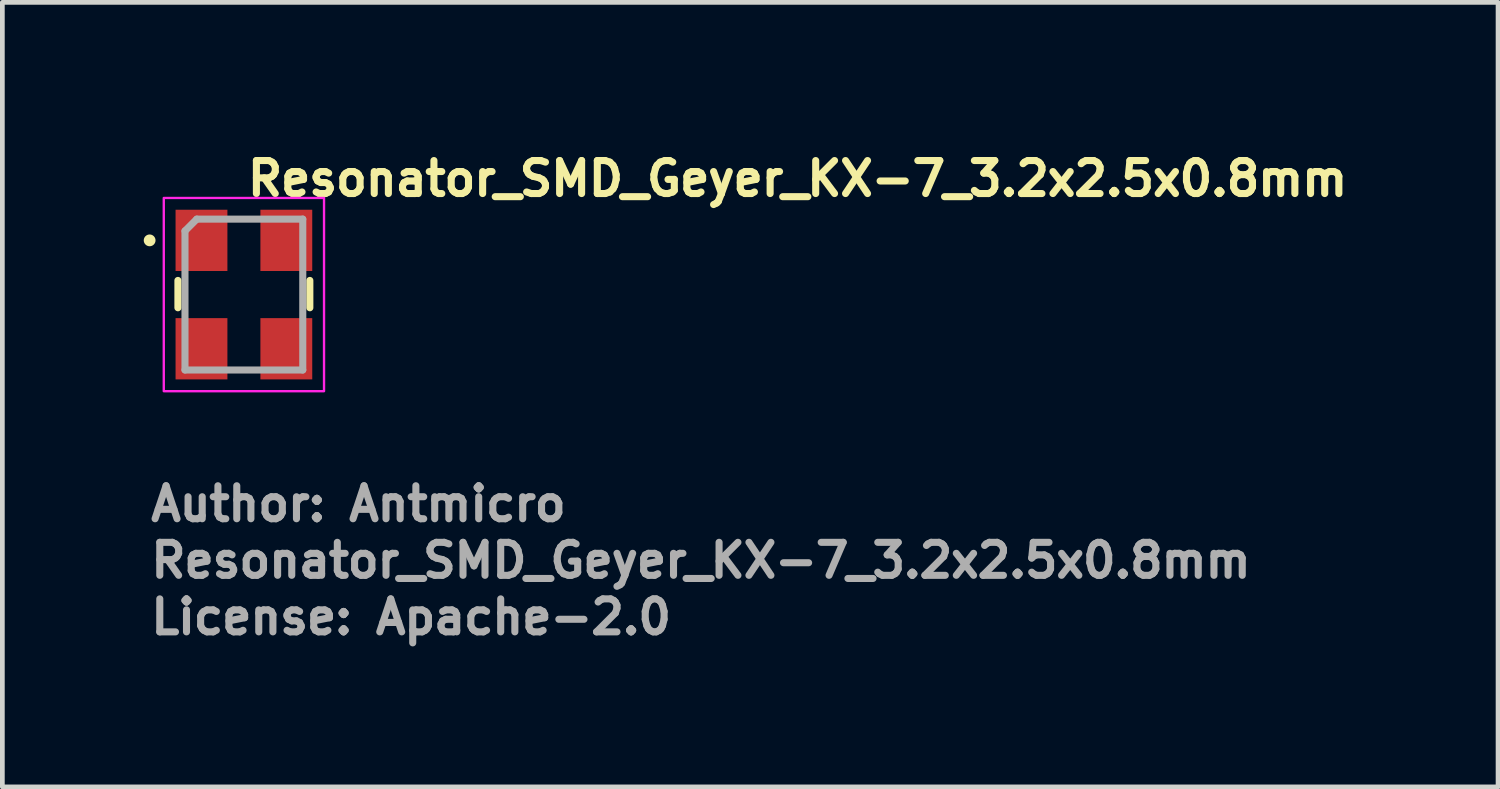
<source format=kicad_pcb>
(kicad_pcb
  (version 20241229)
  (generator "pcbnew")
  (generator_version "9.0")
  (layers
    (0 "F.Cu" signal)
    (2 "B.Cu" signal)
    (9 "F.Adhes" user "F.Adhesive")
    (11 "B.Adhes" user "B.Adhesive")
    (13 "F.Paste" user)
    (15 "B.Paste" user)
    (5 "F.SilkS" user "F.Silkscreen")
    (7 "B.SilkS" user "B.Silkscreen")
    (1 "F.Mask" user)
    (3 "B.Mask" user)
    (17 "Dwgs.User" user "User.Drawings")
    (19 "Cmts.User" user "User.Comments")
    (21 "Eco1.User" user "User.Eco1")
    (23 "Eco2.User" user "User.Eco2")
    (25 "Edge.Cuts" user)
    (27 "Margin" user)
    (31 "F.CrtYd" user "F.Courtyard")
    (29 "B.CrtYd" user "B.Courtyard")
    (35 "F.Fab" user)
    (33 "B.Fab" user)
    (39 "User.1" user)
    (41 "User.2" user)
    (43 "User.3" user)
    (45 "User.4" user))
  (footprint "Resonator_SMD_Geyer_KX-7_3.2x2.5x0.8mm"
    (layer "F.Cu")
    (at 2.125 3.2)
    (property "Reference" "Resonator_SMD_Geyer_KX-7_3.2x2.5x0.8mm" (at 0 -2.05 0) (layer "F.SilkS") (effects (font (size 0.7 0.7) (thickness 0.15)) (justify left bottom)))
    (attr smd)
    (fp_line (start -1.4 -0.3) (end -1.4 0.28) (stroke (width 0.15) (type solid)) (layer "F.SilkS"))
    (fp_line (start 1.399 -0.3) (end 1.399 0.28) (stroke (width 0.15) (type solid)) (layer "F.SilkS"))
    (fp_circle (center -2 -1.15) (end -1.95 -1.15) (stroke (width 0.15) (type solid)) (fill yes) (layer "F.SilkS"))
    (fp_rect (start -1.7 -2.05) (end 1.7 2.05) (stroke (width 0.05) (type solid)) (fill no) (layer "F.CrtYd"))
    (fp_line (start -1.25 -1.35) (end -1.25 1.6) (stroke (width 0.15) (type solid)) (layer "F.Fab"))
    (fp_line (start -1.25 -1.35) (end -1 -1.601) (stroke (width 0.15) (type solid)) (layer "F.Fab"))
    (fp_line (start -1 -1.601) (end 1.249 -1.601) (stroke (width 0.15) (type solid)) (layer "F.Fab"))
    (fp_line (start 1.249 -1.601) (end 1.249 1.6) (stroke (width 0.15) (type solid)) (layer "F.Fab"))
    (fp_line (start 1.249 1.6) (end -1.25 1.6) (stroke (width 0.15) (type solid)) (layer "F.Fab"))
    (fp_rect (start -1.25 -1.601) (end 1.249 1.6) (stroke (width 0.1) (type solid)) (fill no) (layer "User.5"))
    (fp_line (start -1.25 -1.414) (end -1.25 1.411) (stroke (width 0.02) (type solid)) (layer "User.9"))
    (fp_line (start -1.25 -1.414) (end -1.242 -1.414) (stroke (width 0.02) (type solid)) (layer "User.9"))
    (fp_line (start -1.25 1.411) (end -1.242 1.411) (stroke (width 0.02) (type solid)) (layer "User.9"))
    (fp_line (start -1.242 -1.414) (end -1.232 -1.414) (stroke (width 0.02) (type solid)) (layer "User.9"))
    (fp_line (start -1.242 1.411) (end -1.232 1.413) (stroke (width 0.02) (type solid)) (layer "User.9"))
    (fp_line (start -1.232 -1.414) (end -1.224 -1.416) (stroke (width 0.02) (type solid)) (layer "User.9"))
    (fp_line (start -1.232 1.413) (end -1.224 1.413) (stroke (width 0.02) (type solid)) (layer "User.9"))
    (fp_line (start -1.224 -1.416) (end -1.214 -1.418) (stroke (width 0.02) (type solid)) (layer "User.9"))
    (fp_line (start -1.224 1.413) (end -1.214 1.415) (stroke (width 0.02) (type solid)) (layer "User.9"))
    (fp_line (start -1.214 -1.418) (end -1.206 -1.42) (stroke (width 0.02) (type solid)) (layer "User.9"))
    (fp_line (start -1.214 1.415) (end -1.206 1.417) (stroke (width 0.02) (type solid)) (layer "User.9"))
    (fp_line (start -1.206 -1.42) (end -1.196 -1.422) (stroke (width 0.02) (type solid)) (layer "User.9"))
    (fp_line (start -1.206 1.417) (end -1.196 1.419) (stroke (width 0.02) (type solid)) (layer "User.9"))
    (fp_line (start -1.196 -1.422) (end -1.188 -1.424) (stroke (width 0.02) (type solid)) (layer "User.9"))
    (fp_line (start -1.196 1.419) (end -1.188 1.423) (stroke (width 0.02) (type solid)) (layer "User.9"))
    (fp_line (start -1.188 -1.424) (end -1.18 -1.428) (stroke (width 0.02) (type solid)) (layer "User.9"))
    (fp_line (start -1.188 1.423) (end -1.18 1.425) (stroke (width 0.02) (type solid)) (layer "User.9"))
    (fp_line (start -1.18 -1.428) (end -1.17 -1.432) (stroke (width 0.02) (type solid)) (layer "User.9"))
    (fp_line (start -1.18 1.425) (end -1.17 1.429) (stroke (width 0.02) (type solid)) (layer "User.9"))
    (fp_line (start -1.17 -1.432) (end -1.162 -1.436) (stroke (width 0.02) (type solid)) (layer "User.9"))
    (fp_line (start -1.17 1.429) (end -1.162 1.433) (stroke (width 0.02) (type solid)) (layer "User.9"))
    (fp_line (start -1.162 -1.436) (end -1.154 -1.44) (stroke (width 0.02) (type solid)) (layer "User.9"))
    (fp_line (start -1.162 1.433) (end -1.154 1.439) (stroke (width 0.02) (type solid)) (layer "User.9"))
    (fp_line (start -1.154 -1.44) (end -1.147 -1.446) (stroke (width 0.02) (type solid)) (layer "User.9"))
    (fp_line (start -1.154 1.439) (end -1.147 1.443) (stroke (width 0.02) (type solid)) (layer "User.9"))
    (fp_line (start -1.147 -1.446) (end -1.139 -1.45) (stroke (width 0.02) (type solid)) (layer "User.9"))
    (fp_line (start -1.147 1.443) (end -1.139 1.449) (stroke (width 0.02) (type solid)) (layer "User.9"))
    (fp_line (start -1.139 -1.45) (end -1.133 -1.456) (stroke (width 0.02) (type solid)) (layer "User.9"))
    (fp_line (start -1.139 1.449) (end -1.133 1.453) (stroke (width 0.02) (type solid)) (layer "User.9"))
    (fp_line (start -1.133 -1.456) (end -1.125 -1.462) (stroke (width 0.02) (type solid)) (layer "User.9"))
    (fp_line (start -1.133 1.453) (end -1.125 1.461) (stroke (width 0.02) (type solid)) (layer "User.9"))
    (fp_line (start -1.125 -1.462) (end -1.119 -1.468) (stroke (width 0.02) (type solid)) (layer "User.9"))
    (fp_line (start -1.125 -1.307) (end -1.123 -1.317) (stroke (width 0.02) (type solid)) (layer "User.9"))
    (fp_line (start -1.125 -1.297) (end -1.125 -1.307) (stroke (width 0.02) (type solid)) (layer "User.9"))
    (fp_line (start -1.125 -1.289) (end -1.125 -1.297) (stroke (width 0.02) (type solid)) (layer "User.9"))
    (fp_line (start -1.125 1.286) (end -1.125 -1.289) (stroke (width 0.02) (type solid)) (layer "User.9"))
    (fp_line (start -1.125 1.296) (end -1.125 1.286) (stroke (width 0.02) (type solid)) (layer "User.9"))
    (fp_line (start -1.125 1.306) (end -1.125 1.296) (stroke (width 0.02) (type solid)) (layer "User.9"))
    (fp_line (start -1.125 1.461) (end -1.119 1.467) (stroke (width 0.02) (type solid)) (layer "User.9"))
    (fp_line (start -1.123 -1.325) (end -1.121 -1.335) (stroke (width 0.02) (type solid)) (layer "User.9"))
    (fp_line (start -1.123 -1.317) (end -1.123 -1.325) (stroke (width 0.02) (type solid)) (layer "User.9"))
    (fp_line (start -1.123 1.314) (end -1.125 1.306) (stroke (width 0.02) (type solid)) (layer "User.9"))
    (fp_line (start -1.123 1.324) (end -1.123 1.314) (stroke (width 0.02) (type solid)) (layer "User.9"))
    (fp_line (start -1.121 -1.335) (end -1.117 -1.343) (stroke (width 0.02) (type solid)) (layer "User.9"))
    (fp_line (start -1.121 1.332) (end -1.123 1.324) (stroke (width 0.02) (type solid)) (layer "User.9"))
    (fp_line (start -1.119 -1.468) (end -1.119 -1.468) (stroke (width 0.02) (type solid)) (layer "User.9"))
    (fp_line (start -1.119 -1.468) (end -1.113 -1.476) (stroke (width 0.02) (type solid)) (layer "User.9"))
    (fp_line (start -1.119 1.467) (end -1.119 1.467) (stroke (width 0.02) (type solid)) (layer "User.9"))
    (fp_line (start -1.119 1.467) (end -1.113 1.473) (stroke (width 0.02) (type solid)) (layer "User.9"))
    (fp_line (start -1.117 -1.343) (end -1.115 -1.351) (stroke (width 0.02) (type solid)) (layer "User.9"))
    (fp_line (start -1.117 1.342) (end -1.121 1.332) (stroke (width 0.02) (type solid)) (layer "User.9"))
    (fp_line (start -1.115 -1.351) (end -1.111 -1.361) (stroke (width 0.02) (type solid)) (layer "User.9"))
    (fp_line (start -1.115 1.35) (end -1.117 1.342) (stroke (width 0.02) (type solid)) (layer "User.9"))
    (fp_line (start -1.113 -1.476) (end -1.105 -1.482) (stroke (width 0.02) (type solid)) (layer "User.9"))
    (fp_line (start -1.113 1.473) (end -1.105 1.481) (stroke (width 0.02) (type solid)) (layer "User.9"))
    (fp_line (start -1.111 -1.361) (end -1.109 -1.369) (stroke (width 0.02) (type solid)) (layer "User.9"))
    (fp_line (start -1.111 1.358) (end -1.115 1.35) (stroke (width 0.02) (type solid)) (layer "User.9"))
    (fp_line (start -1.109 -1.369) (end -1.103 -1.377) (stroke (width 0.02) (type solid)) (layer "User.9"))
    (fp_line (start -1.109 1.366) (end -1.111 1.358) (stroke (width 0.02) (type solid)) (layer "User.9"))
    (fp_line (start -1.105 -1.482) (end -1.101 -1.49) (stroke (width 0.02) (type solid)) (layer "User.9"))
    (fp_line (start -1.105 1.481) (end -1.101 1.487) (stroke (width 0.02) (type solid)) (layer "User.9"))
    (fp_line (start -1.103 -1.377) (end -1.099 -1.385) (stroke (width 0.02) (type solid)) (layer "User.9"))
    (fp_line (start -1.103 1.374) (end -1.109 1.366) (stroke (width 0.02) (type solid)) (layer "User.9"))
    (fp_line (start -1.101 -1.49) (end -1.095 -1.496) (stroke (width 0.02) (type solid)) (layer "User.9"))
    (fp_line (start -1.101 1.487) (end -1.095 1.495) (stroke (width 0.02) (type solid)) (layer "User.9"))
    (fp_line (start -1.099 -1.385) (end -1.095 -1.393) (stroke (width 0.02) (type solid)) (layer "User.9"))
    (fp_line (start -1.099 1.382) (end -1.103 1.374) (stroke (width 0.02) (type solid)) (layer "User.9"))
    (fp_line (start -1.095 -1.496) (end -1.091 -1.504) (stroke (width 0.02) (type solid)) (layer "User.9"))
    (fp_line (start -1.095 -1.393) (end -1.089 -1.401) (stroke (width 0.02) (type solid)) (layer "User.9"))
    (fp_line (start -1.095 1.39) (end -1.099 1.382) (stroke (width 0.02) (type solid)) (layer "User.9"))
    (fp_line (start -1.095 1.495) (end -1.091 1.503) (stroke (width 0.02) (type solid)) (layer "User.9"))
    (fp_line (start -1.091 -1.504) (end -1.085 -1.512) (stroke (width 0.02) (type solid)) (layer "User.9"))
    (fp_line (start -1.091 1.503) (end -1.085 1.511) (stroke (width 0.02) (type solid)) (layer "User.9"))
    (fp_line (start -1.089 -1.401) (end -1.083 -1.407) (stroke (width 0.02) (type solid)) (layer "User.9"))
    (fp_line (start -1.089 1.398) (end -1.095 1.39) (stroke (width 0.02) (type solid)) (layer "User.9"))
    (fp_line (start -1.085 -1.512) (end -1.081 -1.52) (stroke (width 0.02) (type solid)) (layer "User.9"))
    (fp_line (start -1.085 1.511) (end -1.081 1.519) (stroke (width 0.02) (type solid)) (layer "User.9"))
    (fp_line (start -1.083 -1.407) (end -1.077 -1.414) (stroke (width 0.02) (type solid)) (layer "User.9"))
    (fp_line (start -1.083 1.406) (end -1.089 1.398) (stroke (width 0.02) (type solid)) (layer "User.9"))
    (fp_line (start -1.081 -1.52) (end -1.077 -1.53) (stroke (width 0.02) (type solid)) (layer "User.9"))
    (fp_line (start -1.081 1.519) (end -1.077 1.527) (stroke (width 0.02) (type solid)) (layer "User.9"))
    (fp_line (start -1.077 -1.53) (end -1.075 -1.537) (stroke (width 0.02) (type solid)) (layer "User.9"))
    (fp_line (start -1.077 -1.414) (end -1.071 -1.422) (stroke (width 0.02) (type solid)) (layer "User.9"))
    (fp_line (start -1.077 1.413) (end -1.083 1.406) (stroke (width 0.02) (type solid)) (layer "User.9"))
    (fp_line (start -1.077 1.527) (end -1.075 1.536) (stroke (width 0.02) (type solid)) (layer "User.9"))
    (fp_line (start -1.075 -1.537) (end -1.071 -1.547) (stroke (width 0.02) (type solid)) (layer "User.9"))
    (fp_line (start -1.075 1.536) (end -1.071 1.544) (stroke (width 0.02) (type solid)) (layer "User.9"))
    (fp_line (start -1.071 -1.547) (end -1.069 -1.555) (stroke (width 0.02) (type solid)) (layer "User.9"))
    (fp_line (start -1.071 -1.422) (end -1.071 -1.422) (stroke (width 0.02) (type solid)) (layer "User.9"))
    (fp_line (start -1.071 -1.422) (end -1.065 -1.428) (stroke (width 0.02) (type solid)) (layer "User.9"))
    (fp_line (start -1.071 1.419) (end -1.077 1.413) (stroke (width 0.02) (type solid)) (layer "User.9"))
    (fp_line (start -1.071 1.419) (end -1.071 1.419) (stroke (width 0.02) (type solid)) (layer "User.9"))
    (fp_line (start -1.071 1.544) (end -1.069 1.554) (stroke (width 0.02) (type solid)) (layer "User.9"))
    (fp_line (start -1.069 -1.555) (end -1.067 -1.565) (stroke (width 0.02) (type solid)) (layer "User.9"))
    (fp_line (start -1.069 1.554) (end -1.067 1.562) (stroke (width 0.02) (type solid)) (layer "User.9"))
    (fp_line (start -1.067 -1.565) (end -1.065 -1.573) (stroke (width 0.02) (type solid)) (layer "User.9"))
    (fp_line (start -1.067 1.562) (end -1.065 1.572) (stroke (width 0.02) (type solid)) (layer "User.9"))
    (fp_line (start -1.065 -1.583) (end -1.063 -1.591) (stroke (width 0.02) (type solid)) (layer "User.9"))
    (fp_line (start -1.065 -1.573) (end -1.065 -1.583) (stroke (width 0.02) (type solid)) (layer "User.9"))
    (fp_line (start -1.065 -1.428) (end -1.057 -1.434) (stroke (width 0.02) (type solid)) (layer "User.9"))
    (fp_line (start -1.065 1.425) (end -1.071 1.419) (stroke (width 0.02) (type solid)) (layer "User.9"))
    (fp_line (start -1.065 1.572) (end -1.065 1.58) (stroke (width 0.02) (type solid)) (layer "User.9"))
    (fp_line (start -1.065 1.58) (end -1.063 1.59) (stroke (width 0.02) (type solid)) (layer "User.9"))
    (fp_line (start -1.063 -1.591) (end -1.063 -1.601) (stroke (width 0.02) (type solid)) (layer "User.9"))
    (fp_line (start -1.063 -1.307) (end -1.061 -1.313) (stroke (width 0.02) (type solid)) (layer "User.9"))
    (fp_line (start -1.063 -1.301) (end -1.063 -1.307) (stroke (width 0.02) (type solid)) (layer "User.9"))
    (fp_line (start -1.063 -1.295) (end -1.063 -1.301) (stroke (width 0.02) (type solid)) (layer "User.9"))
    (fp_line (start -1.063 -1.289) (end -1.063 -1.295) (stroke (width 0.02) (type solid)) (layer "User.9"))
    (fp_line (start -1.063 1.286) (end -1.063 -1.289) (stroke (width 0.02) (type solid)) (layer "User.9"))
    (fp_line (start -1.063 1.292) (end -1.063 1.286) (stroke (width 0.02) (type solid)) (layer "User.9"))
    (fp_line (start -1.063 1.298) (end -1.063 1.292) (stroke (width 0.02) (type solid)) (layer "User.9"))
    (fp_line (start -1.063 1.304) (end -1.063 1.298) (stroke (width 0.02) (type solid)) (layer "User.9"))
    (fp_line (start -1.063 1.59) (end -1.063 1.6) (stroke (width 0.02) (type solid)) (layer "User.9"))
    (fp_line (start -1.063 1.6) (end 1.062 1.6) (stroke (width 0.02) (type solid)) (layer "User.9"))
    (fp_line (start -1.061 -1.313) (end -1.059 -1.319) (stroke (width 0.02) (type solid)) (layer "User.9"))
    (fp_line (start -1.061 1.312) (end -1.063 1.304) (stroke (width 0.02) (type solid)) (layer "User.9"))
    (fp_line (start -1.059 -1.325) (end -1.057 -1.331) (stroke (width 0.02) (type solid)) (layer "User.9"))
    (fp_line (start -1.059 -1.319) (end -1.059 -1.325) (stroke (width 0.02) (type solid)) (layer "User.9"))
    (fp_line (start -1.059 1.316) (end -1.061 1.312) (stroke (width 0.02) (type solid)) (layer "User.9"))
    (fp_line (start -1.059 1.322) (end -1.059 1.316) (stroke (width 0.02) (type solid)) (layer "User.9"))
    (fp_line (start -1.057 -1.434) (end -1.051 -1.44) (stroke (width 0.02) (type solid)) (layer "User.9"))
    (fp_line (start -1.057 -1.331) (end -1.053 -1.337) (stroke (width 0.02) (type solid)) (layer "User.9"))
    (fp_line (start -1.057 1.328) (end -1.059 1.322) (stroke (width 0.02) (type solid)) (layer "User.9"))
    (fp_line (start -1.057 1.431) (end -1.065 1.425) (stroke (width 0.02) (type solid)) (layer "User.9"))
    (fp_line (start -1.053 -1.337) (end -1.051 -1.341) (stroke (width 0.02) (type solid)) (layer "User.9"))
    (fp_line (start -1.053 1.334) (end -1.057 1.328) (stroke (width 0.02) (type solid)) (layer "User.9"))
    (fp_line (start -1.051 -1.44) (end -1.043 -1.444) (stroke (width 0.02) (type solid)) (layer "User.9"))
    (fp_line (start -1.051 -1.341) (end -1.049 -1.347) (stroke (width 0.02) (type solid)) (layer "User.9"))
    (fp_line (start -1.051 1.34) (end -1.053 1.334) (stroke (width 0.02) (type solid)) (layer "User.9"))
    (fp_line (start -1.051 1.437) (end -1.057 1.431) (stroke (width 0.02) (type solid)) (layer "User.9"))
    (fp_line (start -1.049 -1.347) (end -1.045 -1.353) (stroke (width 0.02) (type solid)) (layer "User.9"))
    (fp_line (start -1.049 1.346) (end -1.051 1.34) (stroke (width 0.02) (type solid)) (layer "User.9"))
    (fp_line (start -1.045 -1.353) (end -1.043 -1.357) (stroke (width 0.02) (type solid)) (layer "User.9"))
    (fp_line (start -1.045 1.35) (end -1.049 1.346) (stroke (width 0.02) (type solid)) (layer "User.9"))
    (fp_line (start -1.043 -1.444) (end -1.035 -1.45) (stroke (width 0.02) (type solid)) (layer "User.9"))
    (fp_line (start -1.043 -1.357) (end -1.039 -1.363) (stroke (width 0.02) (type solid)) (layer "User.9"))
    (fp_line (start -1.043 1.356) (end -1.045 1.35) (stroke (width 0.02) (type solid)) (layer "User.9"))
    (fp_line (start -1.043 1.443) (end -1.051 1.437) (stroke (width 0.02) (type solid)) (layer "User.9"))
    (fp_line (start -1.039 -1.363) (end -1.035 -1.367) (stroke (width 0.02) (type solid)) (layer "User.9"))
    (fp_line (start -1.039 1.36) (end -1.043 1.356) (stroke (width 0.02) (type solid)) (layer "User.9"))
    (fp_line (start -1.035 -1.45) (end -1.027 -1.454) (stroke (width 0.02) (type solid)) (layer "User.9"))
    (fp_line (start -1.035 -1.367) (end -1.031 -1.373) (stroke (width 0.02) (type solid)) (layer "User.9"))
    (fp_line (start -1.035 1.366) (end -1.039 1.36) (stroke (width 0.02) (type solid)) (layer "User.9"))
    (fp_line (start -1.035 1.447) (end -1.043 1.443) (stroke (width 0.02) (type solid)) (layer "User.9"))
    (fp_line (start -1.031 -1.373) (end -1.027 -1.377) (stroke (width 0.02) (type solid)) (layer "User.9"))
    (fp_line (start -1.031 1.37) (end -1.035 1.366) (stroke (width 0.02) (type solid)) (layer "User.9"))
    (fp_line (start -1.027 -1.454) (end -1.018 -1.458) (stroke (width 0.02) (type solid)) (layer "User.9"))
    (fp_line (start -1.027 -1.377) (end -1.027 -1.377) (stroke (width 0.02) (type solid)) (layer "User.9"))
    (fp_line (start -1.027 -1.377) (end -1.022 -1.381) (stroke (width 0.02) (type solid)) (layer "User.9"))
    (fp_line (start -1.027 1.374) (end -1.031 1.37) (stroke (width 0.02) (type solid)) (layer "User.9"))
    (fp_line (start -1.027 1.374) (end -1.027 1.374) (stroke (width 0.02) (type solid)) (layer "User.9"))
    (fp_line (start -1.027 1.451) (end -1.035 1.447) (stroke (width 0.02) (type solid)) (layer "User.9"))
    (fp_line (start -1.022 -1.381) (end -1.018 -1.385) (stroke (width 0.02) (type solid)) (layer "User.9"))
    (fp_line (start -1.022 1.38) (end -1.027 1.374) (stroke (width 0.02) (type solid)) (layer "User.9"))
    (fp_line (start -1.018 -1.458) (end -1.01 -1.462) (stroke (width 0.02) (type solid)) (layer "User.9"))
    (fp_line (start -1.018 -1.385) (end -1.012 -1.389) (stroke (width 0.02) (type solid)) (layer "User.9"))
    (fp_line (start -1.018 1.384) (end -1.022 1.38) (stroke (width 0.02) (type solid)) (layer "User.9"))
    (fp_line (start -1.018 1.457) (end -1.027 1.451) (stroke (width 0.02) (type solid)) (layer "User.9"))
    (fp_line (start -1.012 -1.389) (end -1.008 -1.393) (stroke (width 0.02) (type solid)) (layer "User.9"))
    (fp_line (start -1.012 1.386) (end -1.018 1.384) (stroke (width 0.02) (type solid)) (layer "User.9"))
    (fp_line (start -1.01 -1.462) (end -1.002 -1.466) (stroke (width 0.02) (type solid)) (layer "User.9"))
    (fp_line (start -1.01 1.459) (end -1.018 1.457) (stroke (width 0.02) (type solid)) (layer "User.9"))
    (fp_line (start -1.008 -1.393) (end -1.002 -1.395) (stroke (width 0.02) (type solid)) (layer "User.9"))
    (fp_line (start -1.008 1.39) (end -1.012 1.386) (stroke (width 0.02) (type solid)) (layer "User.9"))
    (fp_line (start -1.002 -1.466) (end -0.993 -1.468) (stroke (width 0.02) (type solid)) (layer "User.9"))
    (fp_line (start -1.002 -1.395) (end -0.997 -1.399) (stroke (width 0.02) (type solid)) (layer "User.9"))
    (fp_line (start -1.002 1.394) (end -1.008 1.39) (stroke (width 0.02) (type solid)) (layer "User.9"))
    (fp_line (start -1.002 1.463) (end -1.01 1.459) (stroke (width 0.02) (type solid)) (layer "User.9"))
    (fp_line (start -0.997 -1.399) (end -0.991 -1.401) (stroke (width 0.02) (type solid)) (layer "User.9"))
    (fp_line (start -0.997 1.396) (end -1.002 1.394) (stroke (width 0.02) (type solid)) (layer "User.9"))
    (fp_line (start -0.993 -1.468) (end -0.984 -1.47) (stroke (width 0.02) (type solid)) (layer "User.9"))
    (fp_line (start -0.993 1.465) (end -1.002 1.463) (stroke (width 0.02) (type solid)) (layer "User.9"))
    (fp_line (start -0.991 -1.401) (end -0.986 -1.403) (stroke (width 0.02) (type solid)) (layer "User.9"))
    (fp_line (start -0.991 1.4) (end -0.997 1.396) (stroke (width 0.02) (type solid)) (layer "User.9"))
    (fp_line (start -0.986 -1.403) (end -0.98 -1.407) (stroke (width 0.02) (type solid)) (layer "User.9"))
    (fp_line (start -0.986 1.402) (end -0.991 1.4) (stroke (width 0.02) (type solid)) (layer "User.9"))
    (fp_line (start -0.984 -1.47) (end -0.975 -1.472) (stroke (width 0.02) (type solid)) (layer "User.9"))
    (fp_line (start -0.984 1.469) (end -0.993 1.465) (stroke (width 0.02) (type solid)) (layer "User.9"))
    (fp_line (start -0.98 -1.407) (end -0.974 -1.408) (stroke (width 0.02) (type solid)) (layer "User.9"))
    (fp_line (start -0.98 1.404) (end -0.986 1.402) (stroke (width 0.02) (type solid)) (layer "User.9"))
    (fp_line (start -0.975 -1.472) (end -0.966 -1.474) (stroke (width 0.02) (type solid)) (layer "User.9"))
    (fp_line (start -0.975 1.471) (end -0.984 1.469) (stroke (width 0.02) (type solid)) (layer "User.9"))
    (fp_line (start -0.974 -1.408) (end -0.968 -1.41) (stroke (width 0.02) (type solid)) (layer "User.9"))
    (fp_line (start -0.974 1.406) (end -0.98 1.404) (stroke (width 0.02) (type solid)) (layer "User.9"))
    (fp_line (start -0.968 -1.41) (end -0.962 -1.412) (stroke (width 0.02) (type solid)) (layer "User.9"))
    (fp_line (start -0.968 1.407) (end -0.974 1.406) (stroke (width 0.02) (type solid)) (layer "User.9"))
    (fp_line (start -0.966 -1.474) (end -0.958 -1.476) (stroke (width 0.02) (type solid)) (layer "User.9"))
    (fp_line (start -0.966 1.471) (end -0.975 1.471) (stroke (width 0.02) (type solid)) (layer "User.9"))
    (fp_line (start -0.962 -1.412) (end -0.957 -1.412) (stroke (width 0.02) (type solid)) (layer "User.9"))
    (fp_line (start -0.962 1.409) (end -0.968 1.407) (stroke (width 0.02) (type solid)) (layer "User.9"))
    (fp_line (start -0.958 -1.476) (end -0.948 -1.476) (stroke (width 0.02) (type solid)) (layer "User.9"))
    (fp_line (start -0.958 1.473) (end -0.966 1.471) (stroke (width 0.02) (type solid)) (layer "User.9"))
    (fp_line (start -0.957 -1.412) (end -0.951 -1.412) (stroke (width 0.02) (type solid)) (layer "User.9"))
    (fp_line (start -0.957 1.411) (end -0.962 1.409) (stroke (width 0.02) (type solid)) (layer "User.9"))
    (fp_line (start -0.951 -1.412) (end -0.945 -1.414) (stroke (width 0.02) (type solid)) (layer "User.9"))
    (fp_line (start -0.951 1.411) (end -0.957 1.411) (stroke (width 0.02) (type solid)) (layer "User.9"))
    (fp_line (start -0.948 -1.476) (end -0.939 -1.476) (stroke (width 0.02) (type solid)) (layer "User.9"))
    (fp_line (start -0.948 1.473) (end -0.958 1.473) (stroke (width 0.02) (type solid)) (layer "User.9"))
    (fp_line (start -0.945 -1.414) (end -0.939 -1.414) (stroke (width 0.02) (type solid)) (layer "User.9"))
    (fp_line (start -0.945 1.411) (end -0.951 1.411) (stroke (width 0.02) (type solid)) (layer "User.9"))
    (fp_line (start -0.939 -1.476) (end 0.937 -1.476) (stroke (width 0.02) (type solid)) (layer "User.9"))
    (fp_line (start -0.939 -1.414) (end 0.937 -1.414) (stroke (width 0.02) (type solid)) (layer "User.9"))
    (fp_line (start -0.939 -1.244) (end -0.939 -1.242) (stroke (width 0.02) (type solid)) (layer "User.9"))
    (fp_line (start -0.939 -1.244) (end -0.939 -1.242) (stroke (width 0.02) (type solid)) (layer "User.9"))
    (fp_line (start -0.939 -1.242) (end -0.939 -1.238) (stroke (width 0.02) (type solid)) (layer "User.9"))
    (fp_line (start -0.939 -1.242) (end -0.939 -1.238) (stroke (width 0.02) (type solid)) (layer "User.9"))
    (fp_line (start -0.939 -1.238) (end -0.939 -1.236) (stroke (width 0.02) (type solid)) (layer "User.9"))
    (fp_line (start -0.939 -1.238) (end -0.939 -1.236) (stroke (width 0.02) (type solid)) (layer "User.9"))
    (fp_line (start -0.939 -1.236) (end -0.939 -1.232) (stroke (width 0.02) (type solid)) (layer "User.9"))
    (fp_line (start -0.939 -1.236) (end -0.939 -1.232) (stroke (width 0.02) (type solid)) (layer "User.9"))
    (fp_line (start -0.939 -1.232) (end -0.938 -1.228) (stroke (width 0.02) (type solid)) (layer "User.9"))
    (fp_line (start -0.939 -1.232) (end -0.938 -1.228) (stroke (width 0.02) (type solid)) (layer "User.9"))
    (fp_line (start -0.939 1.411) (end -0.945 1.411) (stroke (width 0.02) (type solid)) (layer "User.9"))
    (fp_line (start -0.939 1.475) (end -0.948 1.473) (stroke (width 0.02) (type solid)) (layer "User.9"))
    (fp_line (start -0.938 -1.248) (end -0.939 -1.244) (stroke (width 0.02) (type solid)) (layer "User.9"))
    (fp_line (start -0.938 -1.248) (end -0.939 -1.244) (stroke (width 0.02) (type solid)) (layer "User.9"))
    (fp_line (start -0.938 -1.228) (end -0.937 -1.226) (stroke (width 0.02) (type solid)) (layer "User.9"))
    (fp_line (start -0.938 -1.228) (end -0.937 -1.226) (stroke (width 0.02) (type solid)) (layer "User.9"))
    (fp_line (start -0.937 -1.252) (end -0.938 -1.248) (stroke (width 0.02) (type solid)) (layer "User.9"))
    (fp_line (start -0.937 -1.252) (end -0.938 -1.248) (stroke (width 0.02) (type solid)) (layer "User.9"))
    (fp_line (start -0.937 -1.226) (end -0.936 -1.222) (stroke (width 0.02) (type solid)) (layer "User.9"))
    (fp_line (start -0.937 -1.226) (end -0.936 -1.222) (stroke (width 0.02) (type solid)) (layer "User.9"))
    (fp_line (start -0.936 -1.254) (end -0.937 -1.252) (stroke (width 0.02) (type solid)) (layer "User.9"))
    (fp_line (start -0.936 -1.254) (end -0.937 -1.252) (stroke (width 0.02) (type solid)) (layer "User.9"))
    (fp_line (start -0.936 -1.222) (end -0.935 -1.22) (stroke (width 0.02) (type solid)) (layer "User.9"))
    (fp_line (start -0.936 -1.222) (end -0.935 -1.22) (stroke (width 0.02) (type solid)) (layer "User.9"))
    (fp_line (start -0.935 -1.258) (end -0.936 -1.254) (stroke (width 0.02) (type solid)) (layer "User.9"))
    (fp_line (start -0.935 -1.258) (end -0.936 -1.254) (stroke (width 0.02) (type solid)) (layer "User.9"))
    (fp_line (start -0.935 -1.22) (end -0.934 -1.216) (stroke (width 0.02) (type solid)) (layer "User.9"))
    (fp_line (start -0.935 -1.22) (end -0.934 -1.216) (stroke (width 0.02) (type solid)) (layer "User.9"))
    (fp_line (start -0.934 -1.26) (end -0.935 -1.258) (stroke (width 0.02) (type solid)) (layer "User.9"))
    (fp_line (start -0.934 -1.26) (end -0.935 -1.258) (stroke (width 0.02) (type solid)) (layer "User.9"))
    (fp_line (start -0.934 -1.216) (end -0.932 -1.214) (stroke (width 0.02) (type solid)) (layer "User.9"))
    (fp_line (start -0.934 -1.216) (end -0.932 -1.214) (stroke (width 0.02) (type solid)) (layer "User.9"))
    (fp_line (start -0.932 -1.264) (end -0.934 -1.26) (stroke (width 0.02) (type solid)) (layer "User.9"))
    (fp_line (start -0.932 -1.264) (end -0.934 -1.26) (stroke (width 0.02) (type solid)) (layer "User.9"))
    (fp_line (start -0.932 -1.264) (end -0.932 -1.264) (stroke (width 0.02) (type solid)) (layer "User.9"))
    (fp_line (start -0.932 -1.264) (end -0.932 -1.264) (stroke (width 0.02) (type solid)) (layer "User.9"))
    (fp_line (start -0.932 -1.214) (end -0.932 -1.214) (stroke (width 0.02) (type solid)) (layer "User.9"))
    (fp_line (start -0.932 -1.214) (end -0.932 -1.214) (stroke (width 0.02) (type solid)) (layer "User.9"))
    (fp_line (start -0.932 -1.214) (end -0.931 -1.212) (stroke (width 0.02) (type solid)) (layer "User.9"))
    (fp_line (start -0.932 -1.214) (end -0.931 -1.212) (stroke (width 0.02) (type solid)) (layer "User.9"))
    (fp_line (start -0.931 -1.266) (end -0.932 -1.264) (stroke (width 0.02) (type solid)) (layer "User.9"))
    (fp_line (start -0.931 -1.266) (end -0.932 -1.264) (stroke (width 0.02) (type solid)) (layer "User.9"))
    (fp_line (start -0.931 -1.212) (end -0.931 -1.21) (stroke (width 0.02) (type solid)) (layer "User.9"))
    (fp_line (start -0.931 -1.212) (end -0.931 -1.21) (stroke (width 0.02) (type solid)) (layer "User.9"))
    (fp_line (start -0.931 -1.21) (end -0.93 -1.21) (stroke (width 0.02) (type solid)) (layer "User.9"))
    (fp_line (start -0.931 -1.21) (end -0.93 -1.21) (stroke (width 0.02) (type solid)) (layer "User.9"))
    (fp_line (start -0.93 -1.21) (end -0.929 -1.208) (stroke (width 0.02) (type solid)) (layer "User.9"))
    (fp_line (start -0.93 -1.21) (end -0.929 -1.208) (stroke (width 0.02) (type solid)) (layer "User.9"))
    (fp_line (start -0.929 -1.27) (end -0.931 -1.266) (stroke (width 0.02) (type solid)) (layer "User.9"))
    (fp_line (start -0.929 -1.27) (end -0.931 -1.266) (stroke (width 0.02) (type solid)) (layer "User.9"))
    (fp_line (start -0.929 -1.208) (end -0.928 -1.206) (stroke (width 0.02) (type solid)) (layer "User.9"))
    (fp_line (start -0.929 -1.208) (end -0.928 -1.206) (stroke (width 0.02) (type solid)) (layer "User.9"))
    (fp_line (start -0.928 -1.206) (end -0.927 -1.206) (stroke (width 0.02) (type solid)) (layer "User.9"))
    (fp_line (start -0.928 -1.206) (end -0.927 -1.206) (stroke (width 0.02) (type solid)) (layer "User.9"))
    (fp_line (start -0.927 -1.272) (end -0.929 -1.27) (stroke (width 0.02) (type solid)) (layer "User.9"))
    (fp_line (start -0.927 -1.272) (end -0.929 -1.27) (stroke (width 0.02) (type solid)) (layer "User.9"))
    (fp_line (start -0.927 -1.206) (end -0.925 -1.204) (stroke (width 0.02) (type solid)) (layer "User.9"))
    (fp_line (start -0.927 -1.206) (end -0.925 -1.204) (stroke (width 0.02) (type solid)) (layer "User.9"))
    (fp_line (start -0.925 -1.204) (end -0.924 -1.204) (stroke (width 0.02) (type solid)) (layer "User.9"))
    (fp_line (start -0.925 -1.204) (end -0.924 -1.204) (stroke (width 0.02) (type solid)) (layer "User.9"))
    (fp_line (start -0.924 -1.274) (end -0.927 -1.272) (stroke (width 0.02) (type solid)) (layer "User.9"))
    (fp_line (start -0.924 -1.274) (end -0.927 -1.272) (stroke (width 0.02) (type solid)) (layer "User.9"))
    (fp_line (start -0.924 -1.204) (end -0.923 -1.202) (stroke (width 0.02) (type solid)) (layer "User.9"))
    (fp_line (start -0.924 -1.204) (end -0.923 -1.202) (stroke (width 0.02) (type solid)) (layer "User.9"))
    (fp_line (start -0.923 -1.202) (end -0.922 -1.2) (stroke (width 0.02) (type solid)) (layer "User.9"))
    (fp_line (start -0.923 -1.202) (end -0.922 -1.2) (stroke (width 0.02) (type solid)) (layer "User.9"))
    (fp_line (start -0.922 -1.276) (end -0.924 -1.274) (stroke (width 0.02) (type solid)) (layer "User.9"))
    (fp_line (start -0.922 -1.276) (end -0.924 -1.274) (stroke (width 0.02) (type solid)) (layer "User.9"))
    (fp_line (start -0.922 -1.2) (end -0.921 -1.2) (stroke (width 0.02) (type solid)) (layer "User.9"))
    (fp_line (start -0.922 -1.2) (end -0.921 -1.2) (stroke (width 0.02) (type solid)) (layer "User.9"))
    (fp_line (start -0.921 -1.2) (end -0.919 -1.198) (stroke (width 0.02) (type solid)) (layer "User.9"))
    (fp_line (start -0.921 -1.2) (end -0.919 -1.198) (stroke (width 0.02) (type solid)) (layer "User.9"))
    (fp_line (start -0.919 -1.278) (end -0.922 -1.276) (stroke (width 0.02) (type solid)) (layer "User.9"))
    (fp_line (start -0.919 -1.278) (end -0.922 -1.276) (stroke (width 0.02) (type solid)) (layer "User.9"))
    (fp_line (start -0.919 -1.198) (end -0.918 -1.198) (stroke (width 0.02) (type solid)) (layer "User.9"))
    (fp_line (start -0.919 -1.198) (end -0.918 -1.198) (stroke (width 0.02) (type solid)) (layer "User.9"))
    (fp_line (start -0.918 -1.198) (end -0.917 -1.196) (stroke (width 0.02) (type solid)) (layer "User.9"))
    (fp_line (start -0.918 -1.198) (end -0.917 -1.196) (stroke (width 0.02) (type solid)) (layer "User.9"))
    (fp_line (start -0.917 -1.28) (end -0.919 -1.278) (stroke (width 0.02) (type solid)) (layer "User.9"))
    (fp_line (start -0.917 -1.28) (end -0.919 -1.278) (stroke (width 0.02) (type solid)) (layer "User.9"))
    (fp_line (start -0.917 -1.196) (end -0.915 -1.196) (stroke (width 0.02) (type solid)) (layer "User.9"))
    (fp_line (start -0.917 -1.196) (end -0.915 -1.196) (stroke (width 0.02) (type solid)) (layer "User.9"))
    (fp_line (start -0.915 -1.196) (end -0.914 -1.196) (stroke (width 0.02) (type solid)) (layer "User.9"))
    (fp_line (start -0.915 -1.196) (end -0.914 -1.196) (stroke (width 0.02) (type solid)) (layer "User.9"))
    (fp_line (start -0.914 -1.281) (end -0.917 -1.28) (stroke (width 0.02) (type solid)) (layer "User.9"))
    (fp_line (start -0.914 -1.281) (end -0.917 -1.28) (stroke (width 0.02) (type solid)) (layer "User.9"))
    (fp_line (start -0.914 -1.196) (end -0.913 -1.194) (stroke (width 0.02) (type solid)) (layer "User.9"))
    (fp_line (start -0.914 -1.196) (end -0.913 -1.194) (stroke (width 0.02) (type solid)) (layer "User.9"))
    (fp_line (start -0.913 -1.194) (end -0.911 -1.194) (stroke (width 0.02) (type solid)) (layer "User.9"))
    (fp_line (start -0.913 -1.194) (end -0.911 -1.194) (stroke (width 0.02) (type solid)) (layer "User.9"))
    (fp_line (start -0.911 -1.283) (end -0.914 -1.281) (stroke (width 0.02) (type solid)) (layer "User.9"))
    (fp_line (start -0.911 -1.283) (end -0.914 -1.281) (stroke (width 0.02) (type solid)) (layer "User.9"))
    (fp_line (start -0.911 -1.194) (end -0.91 -1.192) (stroke (width 0.02) (type solid)) (layer "User.9"))
    (fp_line (start -0.911 -1.194) (end -0.91 -1.192) (stroke (width 0.02) (type solid)) (layer "User.9"))
    (fp_line (start -0.91 -1.192) (end -0.908 -1.192) (stroke (width 0.02) (type solid)) (layer "User.9"))
    (fp_line (start -0.91 -1.192) (end -0.908 -1.192) (stroke (width 0.02) (type solid)) (layer "User.9"))
    (fp_line (start -0.908 -1.285) (end -0.911 -1.283) (stroke (width 0.02) (type solid)) (layer "User.9"))
    (fp_line (start -0.908 -1.285) (end -0.911 -1.283) (stroke (width 0.02) (type solid)) (layer "User.9"))
    (fp_line (start -0.908 -1.192) (end -0.907 -1.192) (stroke (width 0.02) (type solid)) (layer "User.9"))
    (fp_line (start -0.908 -1.192) (end -0.907 -1.192) (stroke (width 0.02) (type solid)) (layer "User.9"))
    (fp_line (start -0.907 -1.192) (end -0.905 -1.192) (stroke (width 0.02) (type solid)) (layer "User.9"))
    (fp_line (start -0.907 -1.192) (end -0.905 -1.192) (stroke (width 0.02) (type solid)) (layer "User.9"))
    (fp_line (start -0.905 -1.285) (end -0.908 -1.285) (stroke (width 0.02) (type solid)) (layer "User.9"))
    (fp_line (start -0.905 -1.285) (end -0.908 -1.285) (stroke (width 0.02) (type solid)) (layer "User.9"))
    (fp_line (start -0.905 -1.192) (end -0.904 -1.19) (stroke (width 0.02) (type solid)) (layer "User.9"))
    (fp_line (start -0.905 -1.192) (end -0.904 -1.19) (stroke (width 0.02) (type solid)) (layer "User.9"))
    (fp_line (start -0.904 -1.19) (end -0.902 -1.19) (stroke (width 0.02) (type solid)) (layer "User.9"))
    (fp_line (start -0.904 -1.19) (end -0.902 -1.19) (stroke (width 0.02) (type solid)) (layer "User.9"))
    (fp_line (start -0.902 -1.287) (end -0.905 -1.285) (stroke (width 0.02) (type solid)) (layer "User.9"))
    (fp_line (start -0.902 -1.287) (end -0.905 -1.285) (stroke (width 0.02) (type solid)) (layer "User.9"))
    (fp_line (start -0.902 -1.19) (end -0.9 -1.19) (stroke (width 0.02) (type solid)) (layer "User.9"))
    (fp_line (start -0.902 -1.19) (end -0.9 -1.19) (stroke (width 0.02) (type solid)) (layer "User.9"))
    (fp_line (start -0.9 -1.19) (end -0.899 -1.19) (stroke (width 0.02) (type solid)) (layer "User.9"))
    (fp_line (start -0.9 -1.19) (end -0.899 -1.19) (stroke (width 0.02) (type solid)) (layer "User.9"))
    (fp_line (start -0.899 -1.287) (end -0.902 -1.287) (stroke (width 0.02) (type solid)) (layer "User.9"))
    (fp_line (start -0.899 -1.287) (end -0.902 -1.287) (stroke (width 0.02) (type solid)) (layer "User.9"))
    (fp_line (start -0.899 -1.19) (end -0.896 -1.19) (stroke (width 0.02) (type solid)) (layer "User.9"))
    (fp_line (start -0.899 -1.19) (end -0.896 -1.19) (stroke (width 0.02) (type solid)) (layer "User.9"))
    (fp_line (start -0.896 -1.19) (end -0.895 -1.188) (stroke (width 0.02) (type solid)) (layer "User.9"))
    (fp_line (start -0.896 -1.19) (end -0.895 -1.188) (stroke (width 0.02) (type solid)) (layer "User.9"))
    (fp_line (start -0.895 -1.289) (end -0.899 -1.287) (stroke (width 0.02) (type solid)) (layer "User.9"))
    (fp_line (start -0.895 -1.289) (end -0.899 -1.287) (stroke (width 0.02) (type solid)) (layer "User.9"))
    (fp_line (start -0.895 -1.188) (end -0.893 -1.188) (stroke (width 0.02) (type solid)) (layer "User.9"))
    (fp_line (start -0.895 -1.188) (end -0.893 -1.188) (stroke (width 0.02) (type solid)) (layer "User.9"))
    (fp_line (start -0.893 -1.188) (end -0.891 -1.188) (stroke (width 0.02) (type solid)) (layer "User.9"))
    (fp_line (start -0.893 -1.188) (end -0.891 -1.188) (stroke (width 0.02) (type solid)) (layer "User.9"))
    (fp_line (start -0.891 -1.289) (end -0.895 -1.289) (stroke (width 0.02) (type solid)) (layer "User.9"))
    (fp_line (start -0.891 -1.289) (end -0.895 -1.289) (stroke (width 0.02) (type solid)) (layer "User.9"))
    (fp_line (start -0.891 -1.188) (end -0.89 -1.188) (stroke (width 0.02) (type solid)) (layer "User.9"))
    (fp_line (start -0.891 -1.188) (end -0.89 -1.188) (stroke (width 0.02) (type solid)) (layer "User.9"))
    (fp_line (start -0.89 -1.188) (end -0.888 -1.188) (stroke (width 0.02) (type solid)) (layer "User.9"))
    (fp_line (start -0.89 -1.188) (end -0.888 -1.188) (stroke (width 0.02) (type solid)) (layer "User.9"))
    (fp_line (start -0.888 -1.289) (end -0.891 -1.289) (stroke (width 0.02) (type solid)) (layer "User.9"))
    (fp_line (start -0.888 -1.289) (end -0.891 -1.289) (stroke (width 0.02) (type solid)) (layer "User.9"))
    (fp_line (start -0.888 -1.188) (end -0.885 -1.188) (stroke (width 0.02) (type solid)) (layer "User.9"))
    (fp_line (start -0.888 -1.188) (end -0.885 -1.188) (stroke (width 0.02) (type solid)) (layer "User.9"))
    (fp_line (start -0.886 -1.289) (end -0.888 -1.289) (stroke (width 0.02) (type solid)) (layer "User.9"))
    (fp_line (start -0.886 -1.289) (end -0.888 -1.289) (stroke (width 0.02) (type solid)) (layer "User.9"))
    (fp_line (start -0.885 -1.289) (end -0.886 -1.289) (stroke (width 0.02) (type solid)) (layer "User.9"))
    (fp_line (start -0.885 -1.289) (end -0.886 -1.289) (stroke (width 0.02) (type solid)) (layer "User.9"))
    (fp_line (start -0.885 -1.188) (end -0.881 -1.188) (stroke (width 0.02) (type solid)) (layer "User.9"))
    (fp_line (start -0.885 -1.188) (end -0.881 -1.188) (stroke (width 0.02) (type solid)) (layer "User.9"))
    (fp_line (start -0.883 -1.289) (end -0.885 -1.289) (stroke (width 0.02) (type solid)) (layer "User.9"))
    (fp_line (start -0.883 -1.289) (end -0.885 -1.289) (stroke (width 0.02) (type solid)) (layer "User.9"))
    (fp_line (start -0.881 -1.289) (end -0.883 -1.289) (stroke (width 0.02) (type solid)) (layer "User.9"))
    (fp_line (start -0.881 -1.289) (end -0.883 -1.289) (stroke (width 0.02) (type solid)) (layer "User.9"))
    (fp_line (start -0.881 -1.188) (end -0.878 -1.19) (stroke (width 0.02) (type solid)) (layer "User.9"))
    (fp_line (start -0.881 -1.188) (end -0.878 -1.19) (stroke (width 0.02) (type solid)) (layer "User.9"))
    (fp_line (start -0.88 -1.287) (end -0.881 -1.289) (stroke (width 0.02) (type solid)) (layer "User.9"))
    (fp_line (start -0.88 -1.287) (end -0.881 -1.289) (stroke (width 0.02) (type solid)) (layer "User.9"))
    (fp_line (start -0.878 -1.287) (end -0.88 -1.287) (stroke (width 0.02) (type solid)) (layer "User.9"))
    (fp_line (start -0.878 -1.287) (end -0.88 -1.287) (stroke (width 0.02) (type solid)) (layer "User.9"))
    (fp_line (start -0.878 -1.19) (end -0.875 -1.19) (stroke (width 0.02) (type solid)) (layer "User.9"))
    (fp_line (start -0.878 -1.19) (end -0.875 -1.19) (stroke (width 0.02) (type solid)) (layer "User.9"))
    (fp_line (start -0.877 -1.287) (end -0.878 -1.287) (stroke (width 0.02) (type solid)) (layer "User.9"))
    (fp_line (start -0.877 -1.287) (end -0.878 -1.287) (stroke (width 0.02) (type solid)) (layer "User.9"))
    (fp_line (start -0.875 -1.287) (end -0.877 -1.287) (stroke (width 0.02) (type solid)) (layer "User.9"))
    (fp_line (start -0.875 -1.287) (end -0.877 -1.287) (stroke (width 0.02) (type solid)) (layer "User.9"))
    (fp_line (start -0.875 -1.19) (end -0.872 -1.192) (stroke (width 0.02) (type solid)) (layer "User.9"))
    (fp_line (start -0.875 -1.19) (end -0.872 -1.192) (stroke (width 0.02) (type solid)) (layer "User.9"))
    (fp_line (start -0.873 -1.287) (end -0.875 -1.287) (stroke (width 0.02) (type solid)) (layer "User.9"))
    (fp_line (start -0.873 -1.287) (end -0.875 -1.287) (stroke (width 0.02) (type solid)) (layer "User.9"))
    (fp_line (start -0.872 -1.285) (end -0.873 -1.287) (stroke (width 0.02) (type solid)) (layer "User.9"))
    (fp_line (start -0.872 -1.285) (end -0.873 -1.287) (stroke (width 0.02) (type solid)) (layer "User.9"))
    (fp_line (start -0.872 -1.192) (end -0.869 -1.192) (stroke (width 0.02) (type solid)) (layer "User.9"))
    (fp_line (start -0.872 -1.192) (end -0.869 -1.192) (stroke (width 0.02) (type solid)) (layer "User.9"))
    (fp_line (start -0.87 -1.285) (end -0.872 -1.285) (stroke (width 0.02) (type solid)) (layer "User.9"))
    (fp_line (start -0.87 -1.285) (end -0.872 -1.285) (stroke (width 0.02) (type solid)) (layer "User.9"))
    (fp_line (start -0.869 -1.285) (end -0.87 -1.285) (stroke (width 0.02) (type solid)) (layer "User.9"))
    (fp_line (start -0.869 -1.285) (end -0.87 -1.285) (stroke (width 0.02) (type solid)) (layer "User.9"))
    (fp_line (start -0.869 -1.192) (end -0.866 -1.194) (stroke (width 0.02) (type solid)) (layer "User.9"))
    (fp_line (start -0.869 -1.192) (end -0.866 -1.194) (stroke (width 0.02) (type solid)) (layer "User.9"))
    (fp_line (start -0.867 -1.285) (end -0.869 -1.285) (stroke (width 0.02) (type solid)) (layer "User.9"))
    (fp_line (start -0.867 -1.285) (end -0.869 -1.285) (stroke (width 0.02) (type solid)) (layer "User.9"))
    (fp_line (start -0.866 -1.283) (end -0.867 -1.285) (stroke (width 0.02) (type solid)) (layer "User.9"))
    (fp_line (start -0.866 -1.283) (end -0.867 -1.285) (stroke (width 0.02) (type solid)) (layer "User.9"))
    (fp_line (start -0.866 -1.194) (end -0.863 -1.196) (stroke (width 0.02) (type solid)) (layer "User.9"))
    (fp_line (start -0.866 -1.194) (end -0.863 -1.196) (stroke (width 0.02) (type solid)) (layer "User.9"))
    (fp_line (start -0.864 -1.283) (end -0.866 -1.283) (stroke (width 0.02) (type solid)) (layer "User.9"))
    (fp_line (start -0.864 -1.283) (end -0.866 -1.283) (stroke (width 0.02) (type solid)) (layer "User.9"))
    (fp_line (start -0.863 -1.281) (end -0.864 -1.283) (stroke (width 0.02) (type solid)) (layer "User.9"))
    (fp_line (start -0.863 -1.281) (end -0.864 -1.283) (stroke (width 0.02) (type solid)) (layer "User.9"))
    (fp_line (start -0.863 -1.196) (end -0.86 -1.196) (stroke (width 0.02) (type solid)) (layer "User.9"))
    (fp_line (start -0.863 -1.196) (end -0.86 -1.196) (stroke (width 0.02) (type solid)) (layer "User.9"))
    (fp_line (start -0.862 -1.28) (end -0.863 -1.281) (stroke (width 0.02) (type solid)) (layer "User.9"))
    (fp_line (start -0.862 -1.28) (end -0.863 -1.281) (stroke (width 0.02) (type solid)) (layer "User.9"))
    (fp_line (start -0.86 -1.28) (end -0.862 -1.28) (stroke (width 0.02) (type solid)) (layer "User.9"))
    (fp_line (start -0.86 -1.28) (end -0.862 -1.28) (stroke (width 0.02) (type solid)) (layer "User.9"))
    (fp_line (start -0.86 -1.196) (end -0.858 -1.198) (stroke (width 0.02) (type solid)) (layer "User.9"))
    (fp_line (start -0.86 -1.196) (end -0.858 -1.198) (stroke (width 0.02) (type solid)) (layer "User.9"))
    (fp_line (start -0.859 -1.28) (end -0.86 -1.28) (stroke (width 0.02) (type solid)) (layer "User.9"))
    (fp_line (start -0.859 -1.28) (end -0.86 -1.28) (stroke (width 0.02) (type solid)) (layer "User.9"))
    (fp_line (start -0.858 -1.278) (end -0.859 -1.28) (stroke (width 0.02) (type solid)) (layer "User.9"))
    (fp_line (start -0.858 -1.278) (end -0.859 -1.28) (stroke (width 0.02) (type solid)) (layer "User.9"))
    (fp_line (start -0.858 -1.198) (end -0.855 -1.2) (stroke (width 0.02) (type solid)) (layer "User.9"))
    (fp_line (start -0.858 -1.198) (end -0.855 -1.2) (stroke (width 0.02) (type solid)) (layer "User.9"))
    (fp_line (start -0.856 -1.278) (end -0.858 -1.278) (stroke (width 0.02) (type solid)) (layer "User.9"))
    (fp_line (start -0.856 -1.278) (end -0.858 -1.278) (stroke (width 0.02) (type solid)) (layer "User.9"))
    (fp_line (start -0.855 -1.276) (end -0.856 -1.278) (stroke (width 0.02) (type solid)) (layer "User.9"))
    (fp_line (start -0.855 -1.276) (end -0.856 -1.278) (stroke (width 0.02) (type solid)) (layer "User.9"))
    (fp_line (start -0.855 -1.2) (end -0.853 -1.204) (stroke (width 0.02) (type solid)) (layer "User.9"))
    (fp_line (start -0.855 -1.2) (end -0.853 -1.204) (stroke (width 0.02) (type solid)) (layer "User.9"))
    (fp_line (start -0.854 -1.276) (end -0.855 -1.276) (stroke (width 0.02) (type solid)) (layer "User.9"))
    (fp_line (start -0.854 -1.276) (end -0.855 -1.276) (stroke (width 0.02) (type solid)) (layer "User.9"))
    (fp_line (start -0.853 -1.274) (end -0.854 -1.276) (stroke (width 0.02) (type solid)) (layer "User.9"))
    (fp_line (start -0.853 -1.274) (end -0.854 -1.276) (stroke (width 0.02) (type solid)) (layer "User.9"))
    (fp_line (start -0.853 -1.204) (end -0.85 -1.206) (stroke (width 0.02) (type solid)) (layer "User.9"))
    (fp_line (start -0.853 -1.204) (end -0.85 -1.206) (stroke (width 0.02) (type solid)) (layer "User.9"))
    (fp_line (start -0.852 -1.272) (end -0.853 -1.274) (stroke (width 0.02) (type solid)) (layer "User.9"))
    (fp_line (start -0.852 -1.272) (end -0.853 -1.274) (stroke (width 0.02) (type solid)) (layer "User.9"))
    (fp_line (start -0.85 -1.272) (end -0.852 -1.272) (stroke (width 0.02) (type solid)) (layer "User.9"))
    (fp_line (start -0.85 -1.272) (end -0.852 -1.272) (stroke (width 0.02) (type solid)) (layer "User.9"))
    (fp_line (start -0.85 -1.206) (end -0.848 -1.208) (stroke (width 0.02) (type solid)) (layer "User.9"))
    (fp_line (start -0.85 -1.206) (end -0.848 -1.208) (stroke (width 0.02) (type solid)) (layer "User.9"))
    (fp_line (start -0.849 -1.27) (end -0.85 -1.272) (stroke (width 0.02) (type solid)) (layer "User.9"))
    (fp_line (start -0.849 -1.27) (end -0.85 -1.272) (stroke (width 0.02) (type solid)) (layer "User.9"))
    (fp_line (start -0.848 -1.27) (end -0.849 -1.27) (stroke (width 0.02) (type solid)) (layer "User.9"))
    (fp_line (start -0.848 -1.27) (end -0.849 -1.27) (stroke (width 0.02) (type solid)) (layer "User.9"))
    (fp_line (start -0.848 -1.208) (end -0.846 -1.21) (stroke (width 0.02) (type solid)) (layer "User.9"))
    (fp_line (start -0.848 -1.208) (end -0.846 -1.21) (stroke (width 0.02) (type solid)) (layer "User.9"))
    (fp_line (start -0.847 -1.268) (end -0.848 -1.27) (stroke (width 0.02) (type solid)) (layer "User.9"))
    (fp_line (start -0.847 -1.268) (end -0.848 -1.27) (stroke (width 0.02) (type solid)) (layer "User.9"))
    (fp_line (start -0.846 -1.266) (end -0.847 -1.268) (stroke (width 0.02) (type solid)) (layer "User.9"))
    (fp_line (start -0.846 -1.266) (end -0.847 -1.268) (stroke (width 0.02) (type solid)) (layer "User.9"))
    (fp_line (start -0.846 -1.264) (end -0.846 -1.266) (stroke (width 0.02) (type solid)) (layer "User.9"))
    (fp_line (start -0.846 -1.264) (end -0.846 -1.266) (stroke (width 0.02) (type solid)) (layer "User.9"))
    (fp_line (start -0.846 -1.21) (end -0.845 -1.214) (stroke (width 0.02) (type solid)) (layer "User.9"))
    (fp_line (start -0.846 -1.21) (end -0.845 -1.214) (stroke (width 0.02) (type solid)) (layer "User.9"))
    (fp_line (start -0.845 -1.264) (end -0.846 -1.264) (stroke (width 0.02) (type solid)) (layer "User.9"))
    (fp_line (start -0.845 -1.264) (end -0.846 -1.264) (stroke (width 0.02) (type solid)) (layer "User.9"))
    (fp_line (start -0.845 -1.264) (end -0.845 -1.264) (stroke (width 0.02) (type solid)) (layer "User.9"))
    (fp_line (start -0.845 -1.264) (end -0.845 -1.264) (stroke (width 0.02) (type solid)) (layer "User.9"))
    (fp_line (start -0.845 -1.214) (end -0.845 -1.214) (stroke (width 0.02) (type solid)) (layer "User.9"))
    (fp_line (start -0.845 -1.214) (end -0.845 -1.214) (stroke (width 0.02) (type solid)) (layer "User.9"))
    (fp_line (start -0.845 -1.214) (end -0.843 -1.216) (stroke (width 0.02) (type solid)) (layer "User.9"))
    (fp_line (start -0.845 -1.214) (end -0.843 -1.216) (stroke (width 0.02) (type solid)) (layer "User.9"))
    (fp_line (start -0.843 -1.26) (end -0.845 -1.264) (stroke (width 0.02) (type solid)) (layer "User.9"))
    (fp_line (start -0.843 -1.26) (end -0.845 -1.264) (stroke (width 0.02) (type solid)) (layer "User.9"))
    (fp_line (start -0.843 -1.216) (end -0.842 -1.22) (stroke (width 0.02) (type solid)) (layer "User.9"))
    (fp_line (start -0.843 -1.216) (end -0.842 -1.22) (stroke (width 0.02) (type solid)) (layer "User.9"))
    (fp_line (start -0.842 -1.258) (end -0.843 -1.26) (stroke (width 0.02) (type solid)) (layer "User.9"))
    (fp_line (start -0.842 -1.258) (end -0.843 -1.26) (stroke (width 0.02) (type solid)) (layer "User.9"))
    (fp_line (start -0.842 -1.22) (end -0.841 -1.222) (stroke (width 0.02) (type solid)) (layer "User.9"))
    (fp_line (start -0.842 -1.22) (end -0.841 -1.222) (stroke (width 0.02) (type solid)) (layer "User.9"))
    (fp_line (start -0.841 -1.254) (end -0.842 -1.258) (stroke (width 0.02) (type solid)) (layer "User.9"))
    (fp_line (start -0.841 -1.254) (end -0.842 -1.258) (stroke (width 0.02) (type solid)) (layer "User.9"))
    (fp_line (start -0.841 -1.222) (end -0.84 -1.226) (stroke (width 0.02) (type solid)) (layer "User.9"))
    (fp_line (start -0.841 -1.222) (end -0.84 -1.226) (stroke (width 0.02) (type solid)) (layer "User.9"))
    (fp_line (start -0.84 -1.252) (end -0.841 -1.254) (stroke (width 0.02) (type solid)) (layer "User.9"))
    (fp_line (start -0.84 -1.252) (end -0.841 -1.254) (stroke (width 0.02) (type solid)) (layer "User.9"))
    (fp_line (start -0.84 -1.226) (end -0.839 -1.228) (stroke (width 0.02) (type solid)) (layer "User.9"))
    (fp_line (start -0.84 -1.226) (end -0.839 -1.228) (stroke (width 0.02) (type solid)) (layer "User.9"))
    (fp_line (start -0.839 -1.248) (end -0.84 -1.252) (stroke (width 0.02) (type solid)) (layer "User.9"))
    (fp_line (start -0.839 -1.248) (end -0.84 -1.252) (stroke (width 0.02) (type solid)) (layer "User.9"))
    (fp_line (start -0.839 -1.228) (end -0.838 -1.232) (stroke (width 0.02) (type solid)) (layer "User.9"))
    (fp_line (start -0.839 -1.228) (end -0.838 -1.232) (stroke (width 0.02) (type solid)) (layer "User.9"))
    (fp_line (start -0.838 -1.244) (end -0.839 -1.248) (stroke (width 0.02) (type solid)) (layer "User.9"))
    (fp_line (start -0.838 -1.244) (end -0.839 -1.248) (stroke (width 0.02) (type solid)) (layer "User.9"))
    (fp_line (start -0.838 -1.242) (end -0.838 -1.244) (stroke (width 0.02) (type solid)) (layer "User.9"))
    (fp_line (start -0.838 -1.242) (end -0.838 -1.244) (stroke (width 0.02) (type solid)) (layer "User.9"))
    (fp_line (start -0.838 -1.238) (end -0.838 -1.242) (stroke (width 0.02) (type solid)) (layer "User.9"))
    (fp_line (start -0.838 -1.238) (end -0.838 -1.242) (stroke (width 0.02) (type solid)) (layer "User.9"))
    (fp_line (start -0.838 -1.236) (end -0.838 -1.238) (stroke (width 0.02) (type solid)) (layer "User.9"))
    (fp_line (start -0.838 -1.236) (end -0.838 -1.238) (stroke (width 0.02) (type solid)) (layer "User.9"))
    (fp_line (start -0.838 -1.232) (end -0.838 -1.236) (stroke (width 0.02) (type solid)) (layer "User.9"))
    (fp_line (start -0.838 -1.232) (end -0.838 -1.236) (stroke (width 0.02) (type solid)) (layer "User.9"))
    (fp_line (start 0.937 -1.476) (end 0.946 -1.476) (stroke (width 0.02) (type solid)) (layer "User.9"))
    (fp_line (start 0.937 -1.414) (end 0.943 -1.414) (stroke (width 0.02) (type solid)) (layer "User.9"))
    (fp_line (start 0.937 1.411) (end -0.939 1.411) (stroke (width 0.02) (type solid)) (layer "User.9"))
    (fp_line (start 0.937 1.475) (end -0.939 1.475) (stroke (width 0.02) (type solid)) (layer "User.9"))
    (fp_line (start 0.943 -1.414) (end 0.949 -1.412) (stroke (width 0.02) (type solid)) (layer "User.9"))
    (fp_line (start 0.943 1.411) (end 0.937 1.411) (stroke (width 0.02) (type solid)) (layer "User.9"))
    (fp_line (start 0.946 -1.476) (end 0.956 -1.476) (stroke (width 0.02) (type solid)) (layer "User.9"))
    (fp_line (start 0.946 1.473) (end 0.937 1.475) (stroke (width 0.02) (type solid)) (layer "User.9"))
    (fp_line (start 0.949 -1.412) (end 0.955 -1.412) (stroke (width 0.02) (type solid)) (layer "User.9"))
    (fp_line (start 0.949 1.411) (end 0.943 1.411) (stroke (width 0.02) (type solid)) (layer "User.9"))
    (fp_line (start 0.955 -1.412) (end 0.96 -1.412) (stroke (width 0.02) (type solid)) (layer "User.9"))
    (fp_line (start 0.955 1.411) (end 0.949 1.411) (stroke (width 0.02) (type solid)) (layer "User.9"))
    (fp_line (start 0.956 -1.476) (end 0.964 -1.474) (stroke (width 0.02) (type solid)) (layer "User.9"))
    (fp_line (start 0.956 1.473) (end 0.946 1.473) (stroke (width 0.02) (type solid)) (layer "User.9"))
    (fp_line (start 0.96 -1.412) (end 0.966 -1.41) (stroke (width 0.02) (type solid)) (layer "User.9"))
    (fp_line (start 0.96 1.409) (end 0.955 1.411) (stroke (width 0.02) (type solid)) (layer "User.9"))
    (fp_line (start 0.964 -1.474) (end 0.973 -1.472) (stroke (width 0.02) (type solid)) (layer "User.9"))
    (fp_line (start 0.964 1.471) (end 0.956 1.473) (stroke (width 0.02) (type solid)) (layer "User.9"))
    (fp_line (start 0.966 -1.41) (end 0.972 -1.408) (stroke (width 0.02) (type solid)) (layer "User.9"))
    (fp_line (start 0.966 1.407) (end 0.96 1.409) (stroke (width 0.02) (type solid)) (layer "User.9"))
    (fp_line (start 0.972 -1.408) (end 0.978 -1.407) (stroke (width 0.02) (type solid)) (layer "User.9"))
    (fp_line (start 0.972 1.406) (end 0.966 1.407) (stroke (width 0.02) (type solid)) (layer "User.9"))
    (fp_line (start 0.973 -1.472) (end 0.982 -1.47) (stroke (width 0.02) (type solid)) (layer "User.9"))
    (fp_line (start 0.973 1.471) (end 0.964 1.471) (stroke (width 0.02) (type solid)) (layer "User.9"))
    (fp_line (start 0.978 -1.407) (end 0.984 -1.403) (stroke (width 0.02) (type solid)) (layer "User.9"))
    (fp_line (start 0.978 1.404) (end 0.972 1.406) (stroke (width 0.02) (type solid)) (layer "User.9"))
    (fp_line (start 0.982 -1.47) (end 0.991 -1.468) (stroke (width 0.02) (type solid)) (layer "User.9"))
    (fp_line (start 0.982 1.469) (end 0.973 1.471) (stroke (width 0.02) (type solid)) (layer "User.9"))
    (fp_line (start 0.984 -1.403) (end 0.989 -1.401) (stroke (width 0.02) (type solid)) (layer "User.9"))
    (fp_line (start 0.984 1.402) (end 0.978 1.404) (stroke (width 0.02) (type solid)) (layer "User.9"))
    (fp_line (start 0.989 -1.401) (end 0.995 -1.399) (stroke (width 0.02) (type solid)) (layer "User.9"))
    (fp_line (start 0.989 1.4) (end 0.984 1.402) (stroke (width 0.02) (type solid)) (layer "User.9"))
    (fp_line (start 0.991 -1.468) (end 0.999 -1.466) (stroke (width 0.02) (type solid)) (layer "User.9"))
    (fp_line (start 0.991 1.465) (end 0.982 1.469) (stroke (width 0.02) (type solid)) (layer "User.9"))
    (fp_line (start 0.995 -1.399) (end 1.001 -1.395) (stroke (width 0.02) (type solid)) (layer "User.9"))
    (fp_line (start 0.995 1.396) (end 0.989 1.4) (stroke (width 0.02) (type solid)) (layer "User.9"))
    (fp_line (start 0.999 -1.466) (end 1.009 -1.462) (stroke (width 0.02) (type solid)) (layer "User.9"))
    (fp_line (start 0.999 1.463) (end 0.991 1.465) (stroke (width 0.02) (type solid)) (layer "User.9"))
    (fp_line (start 1.001 -1.395) (end 1.005 -1.393) (stroke (width 0.02) (type solid)) (layer "User.9"))
    (fp_line (start 1.001 1.394) (end 0.995 1.396) (stroke (width 0.02) (type solid)) (layer "User.9"))
    (fp_line (start 1.005 -1.393) (end 1.011 -1.389) (stroke (width 0.02) (type solid)) (layer "User.9"))
    (fp_line (start 1.005 1.39) (end 1.001 1.394) (stroke (width 0.02) (type solid)) (layer "User.9"))
    (fp_line (start 1.009 -1.462) (end 1.017 -1.458) (stroke (width 0.02) (type solid)) (layer "User.9"))
    (fp_line (start 1.009 1.459) (end 0.999 1.463) (stroke (width 0.02) (type solid)) (layer "User.9"))
    (fp_line (start 1.011 -1.389) (end 1.015 -1.385) (stroke (width 0.02) (type solid)) (layer "User.9"))
    (fp_line (start 1.011 1.386) (end 1.005 1.39) (stroke (width 0.02) (type solid)) (layer "User.9"))
    (fp_line (start 1.015 -1.385) (end 1.021 -1.381) (stroke (width 0.02) (type solid)) (layer "User.9"))
    (fp_line (start 1.015 1.384) (end 1.011 1.386) (stroke (width 0.02) (type solid)) (layer "User.9"))
    (fp_line (start 1.017 -1.458) (end 1.024 -1.454) (stroke (width 0.02) (type solid)) (layer "User.9"))
    (fp_line (start 1.017 1.457) (end 1.009 1.459) (stroke (width 0.02) (type solid)) (layer "User.9"))
    (fp_line (start 1.021 -1.381) (end 1.024 -1.377) (stroke (width 0.02) (type solid)) (layer "User.9"))
    (fp_line (start 1.021 1.38) (end 1.015 1.384) (stroke (width 0.02) (type solid)) (layer "User.9"))
    (fp_line (start 1.024 -1.454) (end 1.032 -1.45) (stroke (width 0.02) (type solid)) (layer "User.9"))
    (fp_line (start 1.024 -1.377) (end 1.024 -1.377) (stroke (width 0.02) (type solid)) (layer "User.9"))
    (fp_line (start 1.024 -1.377) (end 1.03 -1.373) (stroke (width 0.02) (type solid)) (layer "User.9"))
    (fp_line (start 1.024 1.374) (end 1.021 1.38) (stroke (width 0.02) (type solid)) (layer "User.9"))
    (fp_line (start 1.024 1.374) (end 1.024 1.374) (stroke (width 0.02) (type solid)) (layer "User.9"))
    (fp_line (start 1.024 1.451) (end 1.017 1.457) (stroke (width 0.02) (type solid)) (layer "User.9"))
    (fp_line (start 1.03 -1.373) (end 1.034 -1.367) (stroke (width 0.02) (type solid)) (layer "User.9"))
    (fp_line (start 1.03 1.37) (end 1.024 1.374) (stroke (width 0.02) (type solid)) (layer "User.9"))
    (fp_line (start 1.032 -1.45) (end 1.04 -1.444) (stroke (width 0.02) (type solid)) (layer "User.9"))
    (fp_line (start 1.032 1.447) (end 1.024 1.451) (stroke (width 0.02) (type solid)) (layer "User.9"))
    (fp_line (start 1.034 -1.367) (end 1.036 -1.363) (stroke (width 0.02) (type solid)) (layer "User.9"))
    (fp_line (start 1.034 1.366) (end 1.03 1.37) (stroke (width 0.02) (type solid)) (layer "User.9"))
    (fp_line (start 1.036 -1.363) (end 1.04 -1.357) (stroke (width 0.02) (type solid)) (layer "User.9"))
    (fp_line (start 1.036 1.36) (end 1.034 1.366) (stroke (width 0.02) (type solid)) (layer "User.9"))
    (fp_line (start 1.04 -1.444) (end 1.048 -1.44) (stroke (width 0.02) (type solid)) (layer "User.9"))
    (fp_line (start 1.04 -1.357) (end 1.044 -1.353) (stroke (width 0.02) (type solid)) (layer "User.9"))
    (fp_line (start 1.04 1.356) (end 1.036 1.36) (stroke (width 0.02) (type solid)) (layer "User.9"))
    (fp_line (start 1.04 1.443) (end 1.032 1.447) (stroke (width 0.02) (type solid)) (layer "User.9"))
    (fp_line (start 1.044 -1.353) (end 1.046 -1.347) (stroke (width 0.02) (type solid)) (layer "User.9"))
    (fp_line (start 1.044 1.35) (end 1.04 1.356) (stroke (width 0.02) (type solid)) (layer "User.9"))
    (fp_line (start 1.046 -1.347) (end 1.05 -1.341) (stroke (width 0.02) (type solid)) (layer "User.9"))
    (fp_line (start 1.046 1.346) (end 1.044 1.35) (stroke (width 0.02) (type solid)) (layer "User.9"))
    (fp_line (start 1.048 -1.44) (end 1.056 -1.434) (stroke (width 0.02) (type solid)) (layer "User.9"))
    (fp_line (start 1.048 1.437) (end 1.04 1.443) (stroke (width 0.02) (type solid)) (layer "User.9"))
    (fp_line (start 1.05 -1.341) (end 1.052 -1.337) (stroke (width 0.02) (type solid)) (layer "User.9"))
    (fp_line (start 1.05 1.34) (end 1.046 1.346) (stroke (width 0.02) (type solid)) (layer "User.9"))
    (fp_line (start 1.052 -1.337) (end 1.054 -1.331) (stroke (width 0.02) (type solid)) (layer "User.9"))
    (fp_line (start 1.052 1.334) (end 1.05 1.34) (stroke (width 0.02) (type solid)) (layer "User.9"))
    (fp_line (start 1.054 -1.331) (end 1.056 -1.325) (stroke (width 0.02) (type solid)) (layer "User.9"))
    (fp_line (start 1.054 1.328) (end 1.052 1.334) (stroke (width 0.02) (type solid)) (layer "User.9"))
    (fp_line (start 1.056 -1.434) (end 1.062 -1.428) (stroke (width 0.02) (type solid)) (layer "User.9"))
    (fp_line (start 1.056 -1.325) (end 1.058 -1.319) (stroke (width 0.02) (type solid)) (layer "User.9"))
    (fp_line (start 1.056 1.322) (end 1.054 1.328) (stroke (width 0.02) (type solid)) (layer "User.9"))
    (fp_line (start 1.056 1.431) (end 1.048 1.437) (stroke (width 0.02) (type solid)) (layer "User.9"))
    (fp_line (start 1.058 -1.319) (end 1.06 -1.313) (stroke (width 0.02) (type solid)) (layer "User.9"))
    (fp_line (start 1.058 1.316) (end 1.056 1.322) (stroke (width 0.02) (type solid)) (layer "User.9"))
    (fp_line (start 1.06 -1.313) (end 1.06 -1.307) (stroke (width 0.02) (type solid)) (layer "User.9"))
    (fp_line (start 1.06 -1.307) (end 1.06 -1.301) (stroke (width 0.02) (type solid)) (layer "User.9"))
    (fp_line (start 1.06 -1.301) (end 1.062 -1.295) (stroke (width 0.02) (type solid)) (layer "User.9"))
    (fp_line (start 1.06 1.298) (end 1.06 1.304) (stroke (width 0.02) (type solid)) (layer "User.9"))
    (fp_line (start 1.06 1.304) (end 1.06 1.312) (stroke (width 0.02) (type solid)) (layer "User.9"))
    (fp_line (start 1.06 1.312) (end 1.058 1.316) (stroke (width 0.02) (type solid)) (layer "User.9"))
    (fp_line (start 1.062 -1.601) (end -1.063 -1.601) (stroke (width 0.02) (type solid)) (layer "User.9"))
    (fp_line (start 1.062 -1.601) (end 1.062 -1.591) (stroke (width 0.02) (type solid)) (layer "User.9"))
    (fp_line (start 1.062 -1.591) (end 1.062 -1.583) (stroke (width 0.02) (type solid)) (layer "User.9"))
    (fp_line (start 1.062 -1.583) (end 1.064 -1.573) (stroke (width 0.02) (type solid)) (layer "User.9"))
    (fp_line (start 1.062 -1.428) (end 1.07 -1.422) (stroke (width 0.02) (type solid)) (layer "User.9"))
    (fp_line (start 1.062 -1.295) (end 1.062 -1.289) (stroke (width 0.02) (type solid)) (layer "User.9"))
    (fp_line (start 1.062 -1.289) (end 1.062 1.286) (stroke (width 0.02) (type solid)) (layer "User.9"))
    (fp_line (start 1.062 1.286) (end 1.062 1.292) (stroke (width 0.02) (type solid)) (layer "User.9"))
    (fp_line (start 1.062 1.292) (end 1.06 1.298) (stroke (width 0.02) (type solid)) (layer "User.9"))
    (fp_line (start 1.062 1.425) (end 1.056 1.431) (stroke (width 0.02) (type solid)) (layer "User.9"))
    (fp_line (start 1.062 1.58) (end 1.062 1.59) (stroke (width 0.02) (type solid)) (layer "User.9"))
    (fp_line (start 1.062 1.59) (end 1.062 1.6) (stroke (width 0.02) (type solid)) (layer "User.9"))
    (fp_line (start 1.064 -1.573) (end 1.066 -1.565) (stroke (width 0.02) (type solid)) (layer "User.9"))
    (fp_line (start 1.064 1.572) (end 1.062 1.58) (stroke (width 0.02) (type solid)) (layer "User.9"))
    (fp_line (start 1.066 -1.565) (end 1.068 -1.555) (stroke (width 0.02) (type solid)) (layer "User.9"))
    (fp_line (start 1.066 1.562) (end 1.064 1.572) (stroke (width 0.02) (type solid)) (layer "User.9"))
    (fp_line (start 1.068 -1.555) (end 1.07 -1.547) (stroke (width 0.02) (type solid)) (layer "User.9"))
    (fp_line (start 1.068 1.554) (end 1.066 1.562) (stroke (width 0.02) (type solid)) (layer "User.9"))
    (fp_line (start 1.07 -1.547) (end 1.072 -1.537) (stroke (width 0.02) (type solid)) (layer "User.9"))
    (fp_line (start 1.07 -1.422) (end 1.07 -1.422) (stroke (width 0.02) (type solid)) (layer "User.9"))
    (fp_line (start 1.07 -1.422) (end 1.076 -1.414) (stroke (width 0.02) (type solid)) (layer "User.9"))
    (fp_line (start 1.07 1.419) (end 1.062 1.425) (stroke (width 0.02) (type solid)) (layer "User.9"))
    (fp_line (start 1.07 1.419) (end 1.07 1.419) (stroke (width 0.02) (type solid)) (layer "User.9"))
    (fp_line (start 1.07 1.544) (end 1.068 1.554) (stroke (width 0.02) (type solid)) (layer "User.9"))
    (fp_line (start 1.072 -1.537) (end 1.076 -1.53) (stroke (width 0.02) (type solid)) (layer "User.9"))
    (fp_line (start 1.072 1.536) (end 1.07 1.544) (stroke (width 0.02) (type solid)) (layer "User.9"))
    (fp_line (start 1.076 -1.53) (end 1.08 -1.52) (stroke (width 0.02) (type solid)) (layer "User.9"))
    (fp_line (start 1.076 -1.414) (end 1.082 -1.407) (stroke (width 0.02) (type solid)) (layer "User.9"))
    (fp_line (start 1.076 1.413) (end 1.07 1.419) (stroke (width 0.02) (type solid)) (layer "User.9"))
    (fp_line (start 1.076 1.527) (end 1.072 1.536) (stroke (width 0.02) (type solid)) (layer "User.9"))
    (fp_line (start 1.08 -1.52) (end 1.084 -1.512) (stroke (width 0.02) (type solid)) (layer "User.9"))
    (fp_line (start 1.08 1.519) (end 1.076 1.527) (stroke (width 0.02) (type solid)) (layer "User.9"))
    (fp_line (start 1.082 -1.407) (end 1.088 -1.401) (stroke (width 0.02) (type solid)) (layer "User.9"))
    (fp_line (start 1.082 1.406) (end 1.076 1.413) (stroke (width 0.02) (type solid)) (layer "User.9"))
    (fp_line (start 1.084 -1.512) (end 1.088 -1.504) (stroke (width 0.02) (type solid)) (layer "User.9"))
    (fp_line (start 1.084 1.511) (end 1.08 1.519) (stroke (width 0.02) (type solid)) (layer "User.9"))
    (fp_line (start 1.088 -1.504) (end 1.094 -1.496) (stroke (width 0.02) (type solid)) (layer "User.9"))
    (fp_line (start 1.088 -1.401) (end 1.092 -1.393) (stroke (width 0.02) (type solid)) (layer "User.9"))
    (fp_line (start 1.088 1.398) (end 1.082 1.406) (stroke (width 0.02) (type solid)) (layer "User.9"))
    (fp_line (start 1.088 1.503) (end 1.084 1.511) (stroke (width 0.02) (type solid)) (layer "User.9"))
    (fp_line (start 1.092 -1.393) (end 1.098 -1.385) (stroke (width 0.02) (type solid)) (layer "User.9"))
    (fp_line (start 1.092 1.39) (end 1.088 1.398) (stroke (width 0.02) (type solid)) (layer "User.9"))
    (fp_line (start 1.094 -1.496) (end 1.098 -1.49) (stroke (width 0.02) (type solid)) (layer "User.9"))
    (fp_line (start 1.094 1.495) (end 1.088 1.503) (stroke (width 0.02) (type solid)) (layer "User.9"))
    (fp_line (start 1.098 -1.49) (end 1.104 -1.482) (stroke (width 0.02) (type solid)) (layer "User.9"))
    (fp_line (start 1.098 -1.385) (end 1.102 -1.377) (stroke (width 0.02) (type solid)) (layer "User.9"))
    (fp_line (start 1.098 1.382) (end 1.092 1.39) (stroke (width 0.02) (type solid)) (layer "User.9"))
    (fp_line (start 1.098 1.487) (end 1.094 1.495) (stroke (width 0.02) (type solid)) (layer "User.9"))
    (fp_line (start 1.102 -1.377) (end 1.106 -1.369) (stroke (width 0.02) (type solid)) (layer "User.9"))
    (fp_line (start 1.102 1.374) (end 1.098 1.382) (stroke (width 0.02) (type solid)) (layer "User.9"))
    (fp_line (start 1.104 -1.482) (end 1.11 -1.476) (stroke (width 0.02) (type solid)) (layer "User.9"))
    (fp_line (start 1.104 1.481) (end 1.098 1.487) (stroke (width 0.02) (type solid)) (layer "User.9"))
    (fp_line (start 1.106 -1.369) (end 1.11 -1.361) (stroke (width 0.02) (type solid)) (layer "User.9"))
    (fp_line (start 1.106 1.366) (end 1.102 1.374) (stroke (width 0.02) (type solid)) (layer "User.9"))
    (fp_line (start 1.11 -1.476) (end 1.116 -1.468) (stroke (width 0.02) (type solid)) (layer "User.9"))
    (fp_line (start 1.11 -1.361) (end 1.114 -1.351) (stroke (width 0.02) (type solid)) (layer "User.9"))
    (fp_line (start 1.11 1.358) (end 1.106 1.366) (stroke (width 0.02) (type solid)) (layer "User.9"))
    (fp_line (start 1.11 1.473) (end 1.104 1.481) (stroke (width 0.02) (type solid)) (layer "User.9"))
    (fp_line (start 1.114 -1.351) (end 1.116 -1.343) (stroke (width 0.02) (type solid)) (layer "User.9"))
    (fp_line (start 1.114 1.35) (end 1.11 1.358) (stroke (width 0.02) (type solid)) (layer "User.9"))
    (fp_line (start 1.116 -1.468) (end 1.116 -1.468) (stroke (width 0.02) (type solid)) (layer "User.9"))
    (fp_line (start 1.116 -1.468) (end 1.124 -1.462) (stroke (width 0.02) (type solid)) (layer "User.9"))
    (fp_line (start 1.116 -1.343) (end 1.118 -1.335) (stroke (width 0.02) (type solid)) (layer "User.9"))
    (fp_line (start 1.116 1.342) (end 1.114 1.35) (stroke (width 0.02) (type solid)) (layer "User.9"))
    (fp_line (start 1.116 1.467) (end 1.11 1.473) (stroke (width 0.02) (type solid)) (layer "User.9"))
    (fp_line (start 1.116 1.467) (end 1.116 1.467) (stroke (width 0.02) (type solid)) (layer "User.9"))
    (fp_line (start 1.118 -1.335) (end 1.12 -1.325) (stroke (width 0.02) (type solid)) (layer "User.9"))
    (fp_line (start 1.118 1.332) (end 1.116 1.342) (stroke (width 0.02) (type solid)) (layer "User.9"))
    (fp_line (start 1.12 -1.325) (end 1.122 -1.317) (stroke (width 0.02) (type solid)) (layer "User.9"))
    (fp_line (start 1.12 1.324) (end 1.118 1.332) (stroke (width 0.02) (type solid)) (layer "User.9"))
    (fp_line (start 1.122 -1.317) (end 1.124 -1.307) (stroke (width 0.02) (type solid)) (layer "User.9"))
    (fp_line (start 1.122 1.314) (end 1.12 1.324) (stroke (width 0.02) (type solid)) (layer "User.9"))
    (fp_line (start 1.124 -1.462) (end 1.13 -1.456) (stroke (width 0.02) (type solid)) (layer "User.9"))
    (fp_line (start 1.124 -1.307) (end 1.124 -1.297) (stroke (width 0.02) (type solid)) (layer "User.9"))
    (fp_line (start 1.124 -1.297) (end 1.124 -1.289) (stroke (width 0.02) (type solid)) (layer "User.9"))
    (fp_line (start 1.124 -1.289) (end 1.124 1.286) (stroke (width 0.02) (type solid)) (layer "User.9"))
    (fp_line (start 1.124 1.286) (end 1.124 1.296) (stroke (width 0.02) (type solid)) (layer "User.9"))
    (fp_line (start 1.124 1.296) (end 1.124 1.306) (stroke (width 0.02) (type solid)) (layer "User.9"))
    (fp_line (start 1.124 1.306) (end 1.122 1.314) (stroke (width 0.02) (type solid)) (layer "User.9"))
    (fp_line (start 1.124 1.461) (end 1.116 1.467) (stroke (width 0.02) (type solid)) (layer "User.9"))
    (fp_line (start 1.13 -1.456) (end 1.138 -1.45) (stroke (width 0.02) (type solid)) (layer "User.9"))
    (fp_line (start 1.13 1.453) (end 1.124 1.461) (stroke (width 0.02) (type solid)) (layer "User.9"))
    (fp_line (start 1.138 -1.45) (end 1.144 -1.446) (stroke (width 0.02) (type solid)) (layer "User.9"))
    (fp_line (start 1.138 1.449) (end 1.13 1.453) (stroke (width 0.02) (type solid)) (layer "User.9"))
    (fp_line (start 1.144 -1.446) (end 1.153 -1.44) (stroke (width 0.02) (type solid)) (layer "User.9"))
    (fp_line (start 1.144 1.443) (end 1.138 1.449) (stroke (width 0.02) (type solid)) (layer "User.9"))
    (fp_line (start 1.153 -1.44) (end 1.161 -1.436) (stroke (width 0.02) (type solid)) (layer "User.9"))
    (fp_line (start 1.153 1.439) (end 1.144 1.443) (stroke (width 0.02) (type solid)) (layer "User.9"))
    (fp_line (start 1.161 -1.436) (end 1.169 -1.432) (stroke (width 0.02) (type solid)) (layer "User.9"))
    (fp_line (start 1.161 1.433) (end 1.153 1.439) (stroke (width 0.02) (type solid)) (layer "User.9"))
    (fp_line (start 1.169 -1.432) (end 1.177 -1.428) (stroke (width 0.02) (type solid)) (layer "User.9"))
    (fp_line (start 1.169 1.429) (end 1.161 1.433) (stroke (width 0.02) (type solid)) (layer "User.9"))
    (fp_line (start 1.177 -1.428) (end 1.185 -1.424) (stroke (width 0.02) (type solid)) (layer "User.9"))
    (fp_line (start 1.177 1.425) (end 1.169 1.429) (stroke (width 0.02) (type solid)) (layer "User.9"))
    (fp_line (start 1.185 -1.424) (end 1.195 -1.422) (stroke (width 0.02) (type solid)) (layer "User.9"))
    (fp_line (start 1.185 1.423) (end 1.177 1.425) (stroke (width 0.02) (type solid)) (layer "User.9"))
    (fp_line (start 1.195 -1.422) (end 1.203 -1.42) (stroke (width 0.02) (type solid)) (layer "User.9"))
    (fp_line (start 1.195 1.419) (end 1.185 1.423) (stroke (width 0.02) (type solid)) (layer "User.9"))
    (fp_line (start 1.203 -1.42) (end 1.213 -1.418) (stroke (width 0.02) (type solid)) (layer "User.9"))
    (fp_line (start 1.203 1.417) (end 1.195 1.419) (stroke (width 0.02) (type solid)) (layer "User.9"))
    (fp_line (start 1.213 -1.418) (end 1.221 -1.416) (stroke (width 0.02) (type solid)) (layer "User.9"))
    (fp_line (start 1.213 1.415) (end 1.203 1.417) (stroke (width 0.02) (type solid)) (layer "User.9"))
    (fp_line (start 1.221 -1.416) (end 1.231 -1.414) (stroke (width 0.02) (type solid)) (layer "User.9"))
    (fp_line (start 1.221 1.413) (end 1.213 1.415) (stroke (width 0.02) (type solid)) (layer "User.9"))
    (fp_line (start 1.231 -1.414) (end 1.239 -1.414) (stroke (width 0.02) (type solid)) (layer "User.9"))
    (fp_line (start 1.231 1.413) (end 1.221 1.413) (stroke (width 0.02) (type solid)) (layer "User.9"))
    (fp_line (start 1.239 -1.414) (end 1.249 -1.414) (stroke (width 0.02) (type solid)) (layer "User.9"))
    (fp_line (start 1.239 1.411) (end 1.231 1.413) (stroke (width 0.02) (type solid)) (layer "User.9"))
    (fp_line (start 1.249 1.411) (end 1.239 1.411) (stroke (width 0.02) (type solid)) (layer "User.9"))
    (fp_line (start 1.249 1.411) (end 1.249 -1.414) (stroke (width 0.02) (type solid)) (layer "User.9"))
    (fp_text user "Author: Antmicro" (at -2.05 4.85 0) (layer "F.Fab") (effects (font (size 0.7 0.7) (thickness 0.15)) (justify left bottom)))
    (fp_text user "${REFERENCE}" (at -2.05 6.05 0) (layer "F.Fab") (effects (font (size 0.7 0.7) (thickness 0.15)) (justify left bottom)))
    (fp_text user "License: Apache-2.0" (at -2.05 7.25 0) (layer "F.Fab") (effects (font (size 0.7 0.7) (thickness 0.15)) (justify left bottom)))
    (pad "1" smd rect (at -0.9 -1.15) (size 1.1 1.3) (layers "F.Cu" "F.Mask" "F.Paste"))
    (pad "2" smd rect (at -0.9 1.15) (size 1.1 1.3) (layers "F.Cu" "F.Mask" "F.Paste"))
    (pad "3" smd rect (at 0.9 1.15) (size 1.1 1.3) (layers "F.Cu" "F.Mask" "F.Paste"))
    (pad "4" smd rect (at 0.9 -1.15) (size 1.1 1.3) (layers "F.Cu" "F.Mask" "F.Paste")))
  (gr_rect
    (start -3 -3)
    (end 28.735 13.646)
    (stroke (width 0.1) (type default))
    (fill no)
    (layer "Edge.Cuts")))
</source>
